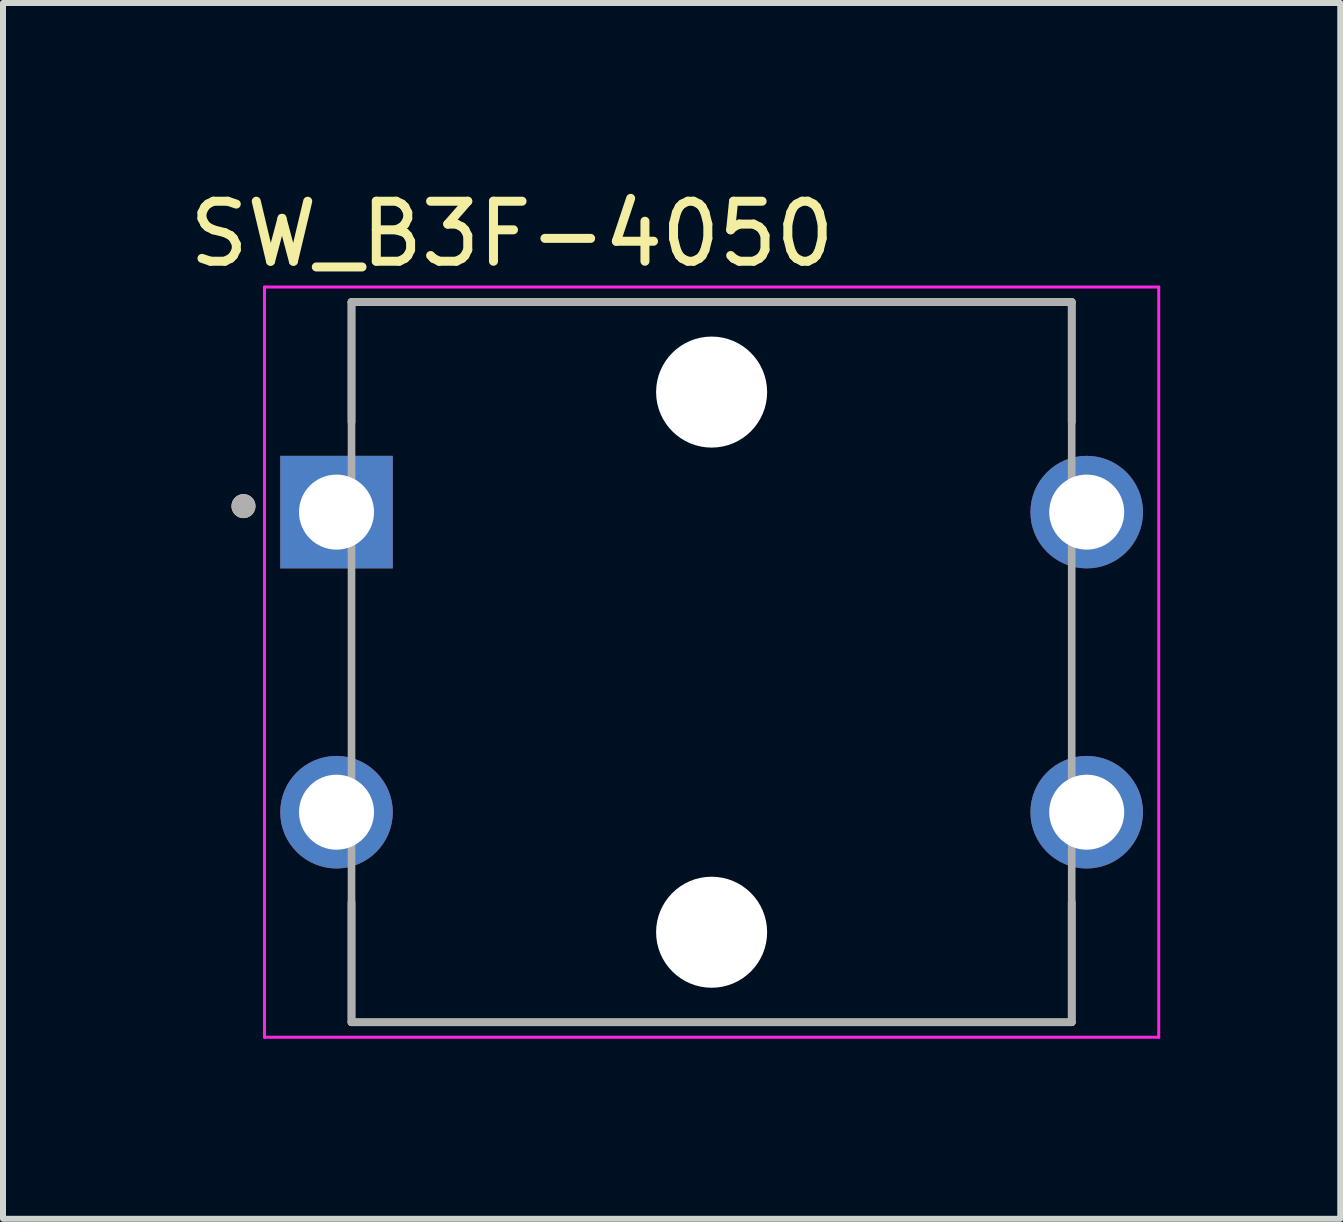
<source format=kicad_pcb>
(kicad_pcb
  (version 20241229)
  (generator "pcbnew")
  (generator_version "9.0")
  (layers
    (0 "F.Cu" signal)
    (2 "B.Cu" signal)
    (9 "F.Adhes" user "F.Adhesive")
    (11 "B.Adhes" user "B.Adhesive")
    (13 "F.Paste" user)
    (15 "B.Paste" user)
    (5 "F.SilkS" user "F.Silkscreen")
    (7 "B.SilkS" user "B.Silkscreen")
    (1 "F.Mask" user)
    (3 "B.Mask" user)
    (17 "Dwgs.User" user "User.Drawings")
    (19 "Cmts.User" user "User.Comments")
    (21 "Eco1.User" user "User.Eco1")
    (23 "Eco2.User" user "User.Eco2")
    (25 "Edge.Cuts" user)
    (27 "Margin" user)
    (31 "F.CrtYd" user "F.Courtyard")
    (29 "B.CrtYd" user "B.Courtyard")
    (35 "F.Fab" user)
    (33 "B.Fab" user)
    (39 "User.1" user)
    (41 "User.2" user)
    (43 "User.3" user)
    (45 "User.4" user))
  (footprint "SW_B3F-4050"
    (layer "F.Cu")
    (at 8.807 7.983)
    (property "Reference" "SW_B3F-4050" (at -3.325 -7.135 0) (layer "F.SilkS") (effects (font (size 1 1) (thickness 0.15))))
    (attr through_hole)
    (fp_line (start -6 -6) (end 6 -6) (stroke (width 0.127) (type solid)) (layer "F.SilkS"))
    (fp_line (start -6 -4) (end -6 -6) (stroke (width 0.127) (type solid)) (layer "F.SilkS"))
    (fp_line (start -6 4) (end -6 6) (stroke (width 0.127) (type solid)) (layer "F.SilkS"))
    (fp_line (start -6 6) (end 6 6) (stroke (width 0.127) (type solid)) (layer "F.SilkS"))
    (fp_line (start 6 -6) (end 6 -4) (stroke (width 0.127) (type solid)) (layer "F.SilkS"))
    (fp_line (start 6 6) (end 6 4) (stroke (width 0.127) (type solid)) (layer "F.SilkS"))
    (fp_circle (center -7.8 -2.6) (end -7.7 -2.6) (stroke (width 0.2) (type solid)) (fill no) (layer "F.SilkS"))
    (fp_line (start -7.45 -6.25) (end -7.45 6.25) (stroke (width 0.05) (type solid)) (layer "F.CrtYd"))
    (fp_line (start -7.45 6.25) (end 7.45 6.25) (stroke (width 0.05) (type solid)) (layer "F.CrtYd"))
    (fp_line (start 7.45 -6.25) (end -7.45 -6.25) (stroke (width 0.05) (type solid)) (layer "F.CrtYd"))
    (fp_line (start 7.45 6.25) (end 7.45 -6.25) (stroke (width 0.05) (type solid)) (layer "F.CrtYd"))
    (fp_line (start -6 -6) (end -6 6) (stroke (width 0.127) (type solid)) (layer "F.Fab"))
    (fp_line (start -6 6) (end 6 6) (stroke (width 0.127) (type solid)) (layer "F.Fab"))
    (fp_line (start 6 -6) (end -6 -6) (stroke (width 0.127) (type solid)) (layer "F.Fab"))
    (fp_line (start 6 6) (end 6 -6) (stroke (width 0.127) (type solid)) (layer "F.Fab"))
    (fp_circle (center -7.8 -2.6) (end -7.7 -2.6) (stroke (width 0.2) (type solid)) (fill no) (layer "F.Fab"))
    (pad "" np_thru_hole circle (at 0 -4.5) (size 1.85 1.85) (drill 1.85) (layers "*.Cu" "*.Mask"))
    (pad "" np_thru_hole circle (at 0 4.5) (size 1.85 1.85) (drill 1.85) (layers "*.Cu" "*.Mask"))
    (pad "1" thru_hole rect (at -6.25 -2.5) (size 1.875 1.875) (drill 1.25) (layers "*.Cu" "*.Mask"))
    (pad "2" thru_hole circle (at 6.25 -2.5) (size 1.875 1.875) (drill 1.25) (layers "*.Cu" "*.Mask"))
    (pad "3" thru_hole circle (at -6.25 2.5) (size 1.875 1.875) (drill 1.25) (layers "*.Cu" "*.Mask"))
    (pad "4" thru_hole circle (at 6.25 2.5) (size 1.875 1.875) (drill 1.25) (layers "*.Cu" "*.Mask")))
  (gr_rect
    (start -3 -3)
    (end 19.282 17.258)
    (stroke (width 0.1) (type default))
    (fill no)
    (layer "Edge.Cuts")))
</source>
